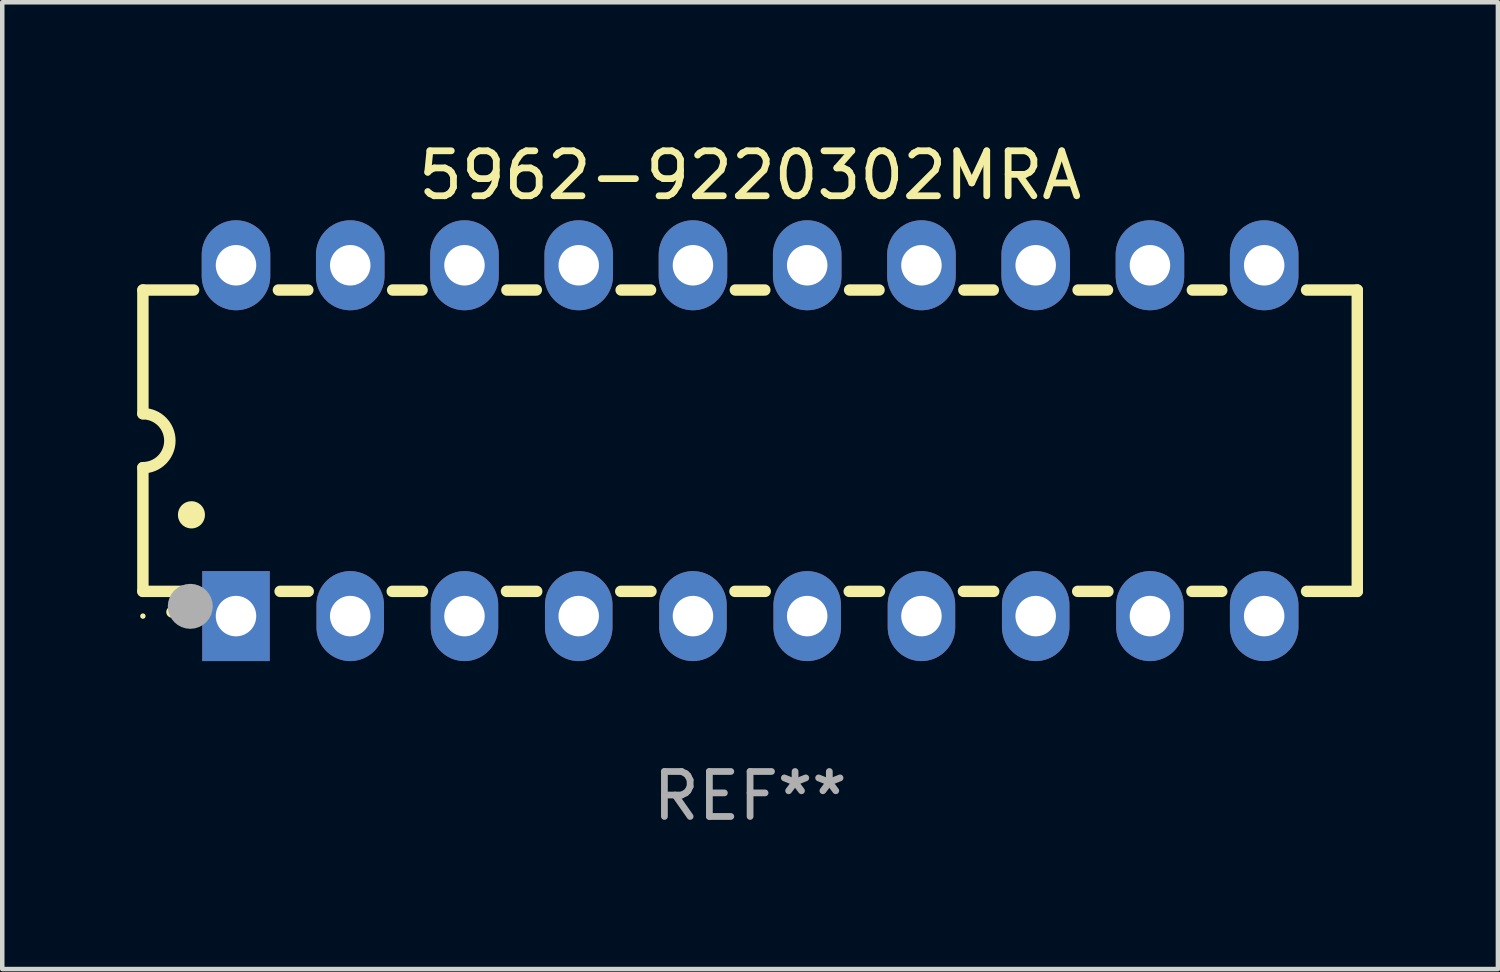
<source format=kicad_pcb>
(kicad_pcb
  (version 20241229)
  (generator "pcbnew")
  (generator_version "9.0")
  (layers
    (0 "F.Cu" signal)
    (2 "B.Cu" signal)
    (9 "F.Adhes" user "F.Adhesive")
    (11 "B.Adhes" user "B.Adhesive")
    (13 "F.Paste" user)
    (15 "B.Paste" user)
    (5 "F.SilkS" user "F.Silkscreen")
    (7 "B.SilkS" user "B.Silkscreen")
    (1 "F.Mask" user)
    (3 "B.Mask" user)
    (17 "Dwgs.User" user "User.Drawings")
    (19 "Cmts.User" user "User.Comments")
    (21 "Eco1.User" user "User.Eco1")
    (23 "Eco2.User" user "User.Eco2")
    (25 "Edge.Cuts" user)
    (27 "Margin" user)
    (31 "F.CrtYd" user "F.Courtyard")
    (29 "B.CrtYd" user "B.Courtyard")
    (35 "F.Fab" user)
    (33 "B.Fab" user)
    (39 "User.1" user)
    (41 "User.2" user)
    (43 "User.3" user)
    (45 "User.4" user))
  (footprint "5962-9220302MRA"
    (layer "F.Cu")
    (at 13.627 6.748)
    (property "Reference" "5962-9220302MRA" (at 0 -5.9 0) (layer "F.SilkS") (effects (font (size 1 1) (thickness 0.15))))
    (attr through_hole)
    (fp_line (start -13.5 -3.35) (end -12.373 -3.35) (stroke (width 0.254) (type solid)) (layer "F.SilkS"))
    (fp_line (start -13.5 -0.6) (end -13.5 -3.35) (stroke (width 0.254) (type solid)) (layer "F.SilkS"))
    (fp_line (start -13.5 3.35) (end -13.5 0.6) (stroke (width 0.254) (type solid)) (layer "F.SilkS"))
    (fp_line (start -13.5 3.35) (end -12.411 3.35) (stroke (width 0.254) (type solid)) (layer "F.SilkS"))
    (fp_line (start -10.487 -3.35) (end -9.833 -3.35) (stroke (width 0.254) (type solid)) (layer "F.SilkS"))
    (fp_line (start -10.449 3.35) (end -9.824 3.35) (stroke (width 0.254) (type solid)) (layer "F.SilkS"))
    (fp_line (start -7.956 3.35) (end -7.284 3.35) (stroke (width 0.254) (type solid)) (layer "F.SilkS"))
    (fp_line (start -7.947 -3.35) (end -7.293 -3.35) (stroke (width 0.254) (type solid)) (layer "F.SilkS"))
    (fp_line (start -5.416 3.35) (end -4.744 3.35) (stroke (width 0.254) (type solid)) (layer "F.SilkS"))
    (fp_line (start -5.407 -3.35) (end -4.753 -3.35) (stroke (width 0.254) (type solid)) (layer "F.SilkS"))
    (fp_line (start -2.876 3.35) (end -2.204 3.35) (stroke (width 0.254) (type solid)) (layer "F.SilkS"))
    (fp_line (start -2.867 -3.35) (end -2.213 -3.35) (stroke (width 0.254) (type solid)) (layer "F.SilkS"))
    (fp_line (start -0.336 3.35) (end 0.336 3.35) (stroke (width 0.254) (type solid)) (layer "F.SilkS"))
    (fp_line (start -0.327 -3.35) (end 0.327 -3.35) (stroke (width 0.254) (type solid)) (layer "F.SilkS"))
    (fp_line (start 2.204 3.35) (end 2.876 3.35) (stroke (width 0.254) (type solid)) (layer "F.SilkS"))
    (fp_line (start 2.213 -3.35) (end 2.867 -3.35) (stroke (width 0.254) (type solid)) (layer "F.SilkS"))
    (fp_line (start 4.744 3.35) (end 5.416 3.35) (stroke (width 0.254) (type solid)) (layer "F.SilkS"))
    (fp_line (start 4.753 -3.35) (end 5.407 -3.35) (stroke (width 0.254) (type solid)) (layer "F.SilkS"))
    (fp_line (start 7.284 3.35) (end 7.956 3.35) (stroke (width 0.254) (type solid)) (layer "F.SilkS"))
    (fp_line (start 7.293 -3.35) (end 7.947 -3.35) (stroke (width 0.254) (type solid)) (layer "F.SilkS"))
    (fp_line (start 9.824 3.35) (end 10.487 3.35) (stroke (width 0.254) (type solid)) (layer "F.SilkS"))
    (fp_line (start 9.833 -3.35) (end 10.487 -3.35) (stroke (width 0.254) (type solid)) (layer "F.SilkS"))
    (fp_line (start 12.373 -3.35) (end 13.5 -3.35) (stroke (width 0.254) (type solid)) (layer "F.SilkS"))
    (fp_line (start 12.373 3.35) (end 13.5 3.35) (stroke (width 0.254) (type solid)) (layer "F.SilkS"))
    (fp_line (start 13.5 -3.35) (end 13.5 3.35) (stroke (width 0.254) (type solid)) (layer "F.SilkS"))
    (fp_arc (start -13.500127 -0.599442) (mid -12.900406 0.000228) (end -13.500025 0.6) (stroke (width 0.254001) (type solid)) (layer "F.SilkS"))
    (fp_arc (start -12.854966 3.810008) (mid -12.854973 3.808738) (end -12.854966 3.807468) (stroke (width 0.25) (type solid)) (layer "F.SilkS"))
    (fp_arc (start -12.420625 1.651003) (mid -12.420636 1.648463) (end -12.420625 1.645923) (stroke (width 0.6) (type solid)) (layer "F.SilkS"))
    (fp_circle (center -13.5 3.9) (end -13.47 3.9) (stroke (width 0.06) (type solid)) (fill no) (layer "F.SilkS"))
    (fp_circle (center -12.446 3.683) (end -12.196 3.683) (stroke (width 0.5) (type solid)) (fill no) (layer "F.Fab"))
    (fp_text user "REF**" (at 0 7.9 0) (layer "F.Fab") (effects (font (size 1 1) (thickness 0.15))))
    (pad "1" thru_hole rect (at -11.43 3.9 90) (size 2 1.5) (drill 0.9) (layers "*.Cu" "*.Mask"))
    (pad "2" thru_hole oval (at -8.89 3.9 90) (size 2 1.5) (drill 0.9) (layers "*.Cu" "*.Mask"))
    (pad "3" thru_hole oval (at -6.35 3.9 90) (size 2 1.5) (drill 0.9) (layers "*.Cu" "*.Mask"))
    (pad "4" thru_hole oval (at -3.81 3.9 90) (size 2 1.5) (drill 0.9) (layers "*.Cu" "*.Mask"))
    (pad "5" thru_hole oval (at -1.27 3.9 90) (size 2 1.5) (drill 0.9) (layers "*.Cu" "*.Mask"))
    (pad "6" thru_hole oval (at 1.27 3.9 90) (size 2 1.5) (drill 0.9) (layers "*.Cu" "*.Mask"))
    (pad "7" thru_hole oval (at 3.81 3.9 90) (size 2 1.5) (drill 0.9) (layers "*.Cu" "*.Mask"))
    (pad "8" thru_hole oval (at 6.35 3.9 90) (size 2 1.5) (drill 0.9) (layers "*.Cu" "*.Mask"))
    (pad "9" thru_hole oval (at 8.89 3.9 90) (size 2 1.5) (drill 0.9) (layers "*.Cu" "*.Mask"))
    (pad "10" thru_hole oval (at 11.43 3.9 90) (size 2 1.524) (drill 0.9) (layers "*.Cu" "*.Mask"))
    (pad "11" thru_hole oval (at 11.43 -3.9 90) (size 2 1.524) (drill 0.9) (layers "*.Cu" "*.Mask"))
    (pad "12" thru_hole oval (at 8.89 -3.9 90) (size 2 1.524) (drill 0.9) (layers "*.Cu" "*.Mask"))
    (pad "13" thru_hole oval (at 6.35 -3.9 90) (size 2 1.524) (drill 0.9) (layers "*.Cu" "*.Mask"))
    (pad "14" thru_hole oval (at 3.81 -3.9 90) (size 2 1.524) (drill 0.9) (layers "*.Cu" "*.Mask"))
    (pad "15" thru_hole oval (at 1.27 -3.9 90) (size 2 1.524) (drill 0.9) (layers "*.Cu" "*.Mask"))
    (pad "16" thru_hole oval (at -1.27 -3.9 90) (size 2 1.524) (drill 0.9) (layers "*.Cu" "*.Mask"))
    (pad "17" thru_hole oval (at -3.81 -3.9 90) (size 2 1.524) (drill 0.9) (layers "*.Cu" "*.Mask"))
    (pad "18" thru_hole oval (at -6.35 -3.9 90) (size 2 1.524) (drill 0.9) (layers "*.Cu" "*.Mask"))
    (pad "19" thru_hole oval (at -8.89 -3.9 90) (size 2 1.524) (drill 0.9) (layers "*.Cu" "*.Mask"))
    (pad "20" thru_hole oval (at -11.43 -3.9 90) (size 2 1.524) (drill 0.9) (layers "*.Cu" "*.Mask")))
  (gr_rect
    (start -3 -3)
    (end 30.254 18.496)
    (stroke (width 0.1) (type default))
    (fill no)
    (layer "Edge.Cuts")))
</source>
